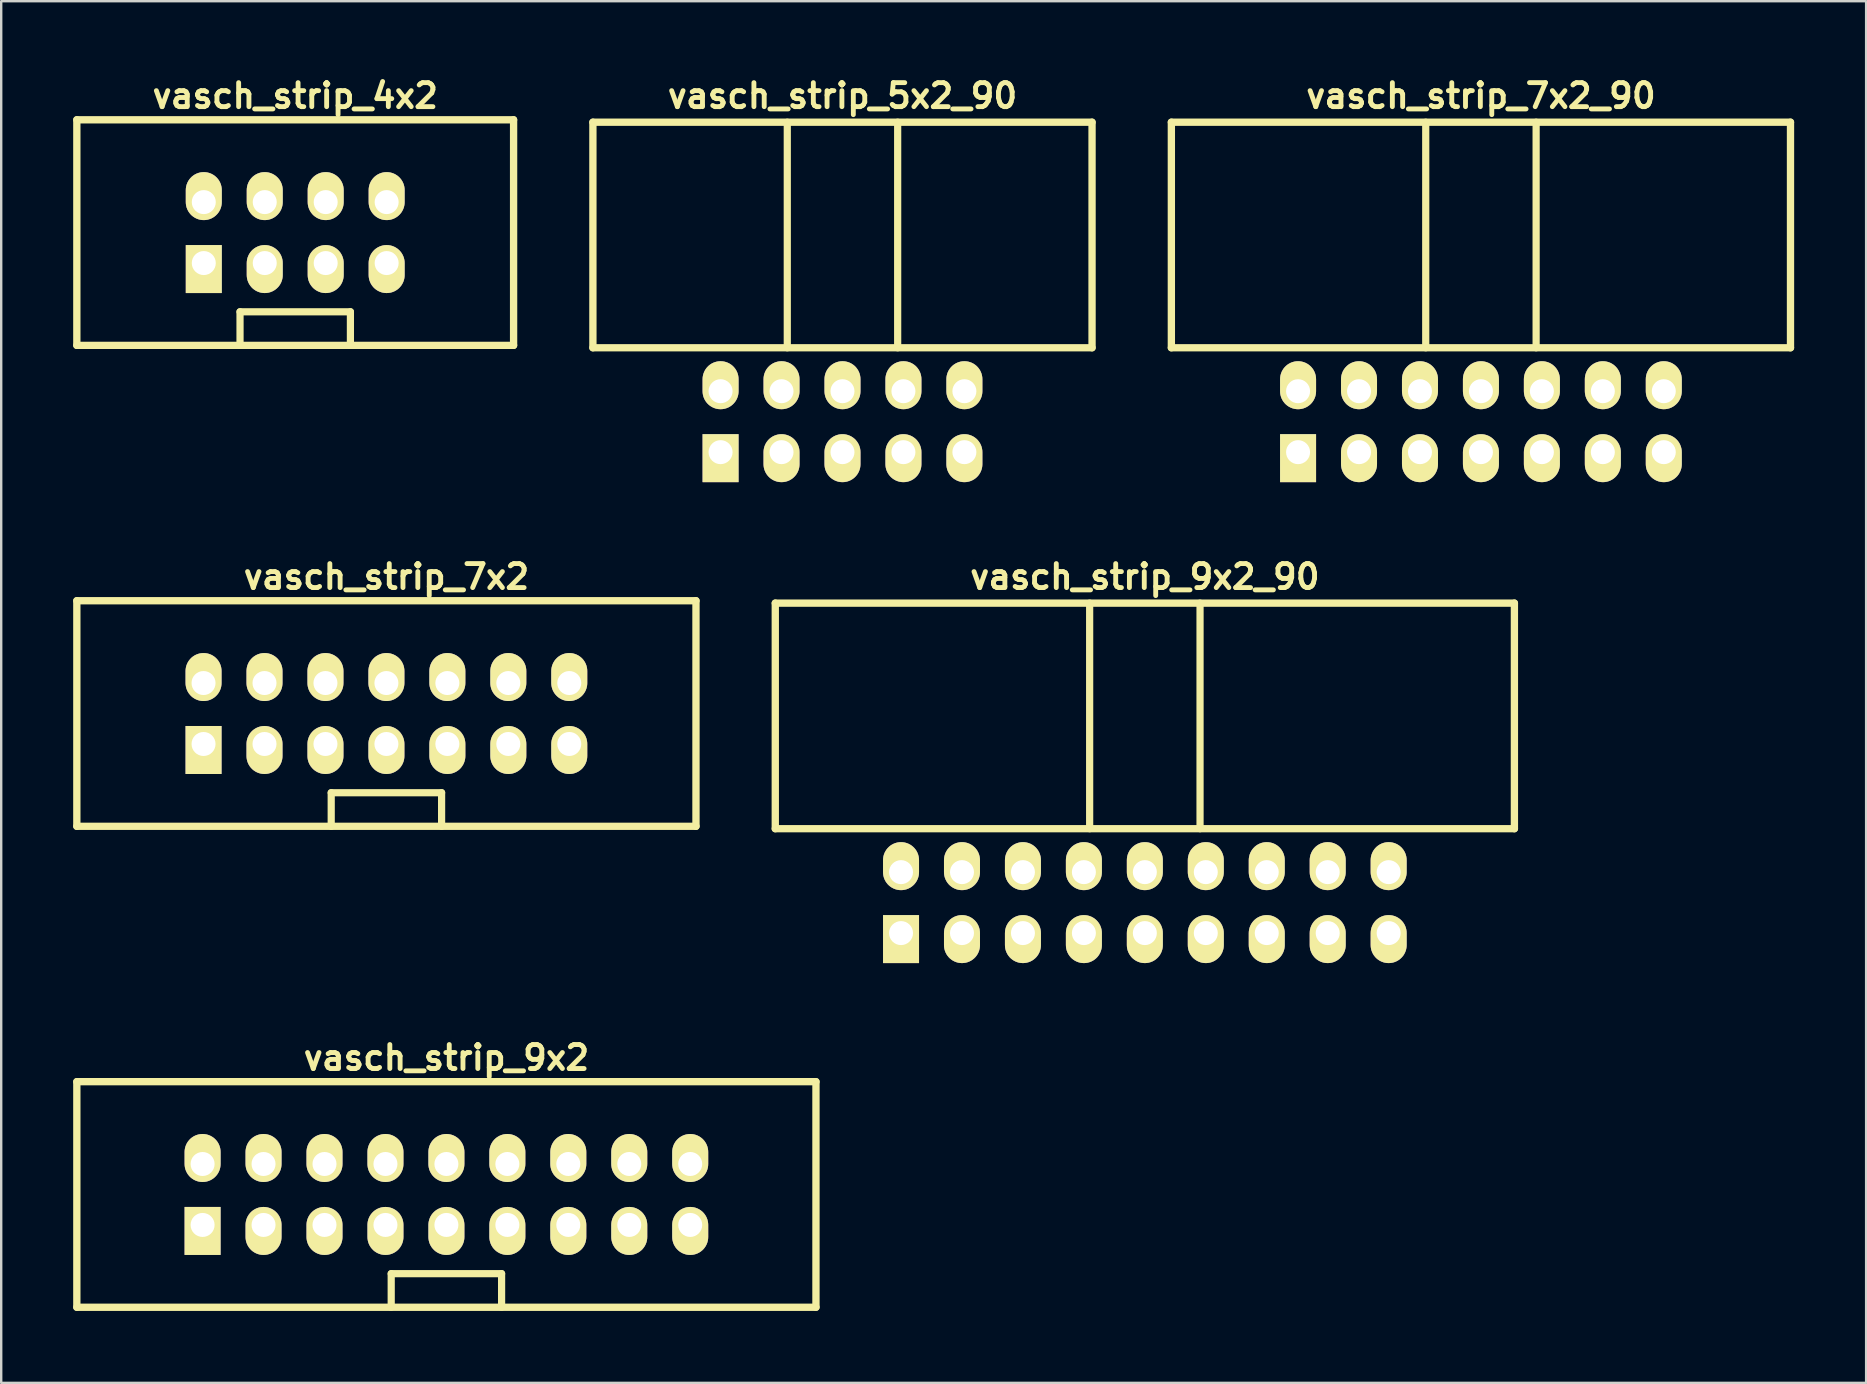
<source format=kicad_pcb>
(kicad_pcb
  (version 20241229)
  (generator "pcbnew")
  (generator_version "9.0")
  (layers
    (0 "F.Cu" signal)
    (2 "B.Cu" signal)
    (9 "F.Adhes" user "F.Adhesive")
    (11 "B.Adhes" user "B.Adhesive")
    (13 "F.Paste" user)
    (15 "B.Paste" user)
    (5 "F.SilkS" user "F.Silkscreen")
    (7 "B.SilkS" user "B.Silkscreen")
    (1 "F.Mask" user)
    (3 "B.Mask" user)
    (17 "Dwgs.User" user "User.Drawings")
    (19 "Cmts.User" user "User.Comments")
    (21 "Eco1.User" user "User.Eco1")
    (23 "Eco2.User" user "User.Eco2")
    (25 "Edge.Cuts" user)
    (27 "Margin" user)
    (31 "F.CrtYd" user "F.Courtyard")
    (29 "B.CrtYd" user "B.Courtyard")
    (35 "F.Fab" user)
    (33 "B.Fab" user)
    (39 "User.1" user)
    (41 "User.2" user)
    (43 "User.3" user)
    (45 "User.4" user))
  (footprint "vasch_strip_9x2_90"
    (layer "F.Cu")
    (at 44.657 29.483)
    (property "Reference" "vasch_strip_9x2_90" (at 0 -8.5 0) (layer "F.SilkS") (effects (font (size 1 1) (thickness 0.203))))
    (attr through_hole)
    (fp_line (start -15.4 -7.4) (end -15.4 2) (stroke (width 0.305) (type solid)) (layer "F.SilkS"))
    (fp_line (start -15.4 2) (end 15.4 2) (stroke (width 0.305) (type solid)) (layer "F.SilkS"))
    (fp_line (start -2.3 -7.4) (end -2.3 2) (stroke (width 0.3) (type solid)) (layer "F.SilkS"))
    (fp_line (start 2.3 -7.4) (end 2.3 2) (stroke (width 0.3) (type solid)) (layer "F.SilkS"))
    (fp_line (start 15.4 -7.4) (end -15.4 -7.4) (stroke (width 0.305) (type solid)) (layer "F.SilkS"))
    (fp_line (start 15.4 -7.4) (end 15.4 2) (stroke (width 0.305) (type solid)) (layer "F.SilkS"))
    (pad "1" thru_hole rect (at -10.16 6.35) (size 1.5 2) (drill 1 (offset 0 0.25)) (layers "*.Cu" "*.Mask" "F.SilkS"))
    (pad "2" thru_hole oval (at -10.16 3.81) (size 1.5 2) (drill 1 (offset 0 -0.25)) (layers "*.Cu" "*.Mask" "F.SilkS"))
    (pad "3" thru_hole oval (at -7.62 6.35) (size 1.5 2) (drill 1 (offset 0 0.25)) (layers "*.Cu" "*.Mask" "F.SilkS"))
    (pad "4" thru_hole oval (at -7.62 3.81) (size 1.5 2) (drill 1 (offset 0 -0.25)) (layers "*.Cu" "*.Mask" "F.SilkS"))
    (pad "5" thru_hole oval (at -5.08 6.35) (size 1.5 2) (drill 1 (offset 0 0.25)) (layers "*.Cu" "*.Mask" "F.SilkS"))
    (pad "6" thru_hole oval (at -5.08 3.81) (size 1.5 2) (drill 1 (offset 0 -0.25)) (layers "*.Cu" "*.Mask" "F.SilkS"))
    (pad "7" thru_hole oval (at -2.54 6.35) (size 1.5 2) (drill 1 (offset 0 0.25)) (layers "*.Cu" "*.Mask" "F.SilkS"))
    (pad "8" thru_hole oval (at -2.54 3.81) (size 1.5 2) (drill 1 (offset 0 -0.25)) (layers "*.Cu" "*.Mask" "F.SilkS"))
    (pad "9" thru_hole oval (at 0 6.35) (size 1.5 2) (drill 1 (offset 0 0.25)) (layers "*.Cu" "*.Mask" "F.SilkS"))
    (pad "10" thru_hole oval (at 0 3.81) (size 1.5 2) (drill 1 (offset 0 -0.25)) (layers "*.Cu" "*.Mask" "F.SilkS"))
    (pad "11" thru_hole oval (at 2.54 6.35) (size 1.5 2) (drill 1 (offset 0 0.25)) (layers "*.Cu" "*.Mask" "F.SilkS"))
    (pad "12" thru_hole oval (at 2.54 3.81) (size 1.5 2) (drill 1 (offset 0 -0.25)) (layers "*.Cu" "*.Mask" "F.SilkS"))
    (pad "13" thru_hole oval (at 5.08 6.35) (size 1.5 2) (drill 1 (offset 0 0.25)) (layers "*.Cu" "*.Mask" "F.SilkS"))
    (pad "14" thru_hole oval (at 5.08 3.81) (size 1.5 2) (drill 1 (offset 0 -0.25)) (layers "*.Cu" "*.Mask" "F.SilkS"))
    (pad "15" thru_hole oval (at 7.62 6.35) (size 1.5 2) (drill 1 (offset 0 0.25)) (layers "*.Cu" "*.Mask" "F.SilkS"))
    (pad "16" thru_hole oval (at 7.62 3.81) (size 1.5 2) (drill 1 (offset 0 -0.25)) (layers "*.Cu" "*.Mask" "F.SilkS"))
    (pad "17" thru_hole oval (at 10.16 6.35) (size 1.5 2) (drill 1 (offset 0 0.25)) (layers "*.Cu" "*.Mask" "F.SilkS"))
    (pad "18" thru_hole oval (at 10.16 3.81) (size 1.5 2) (drill 1 (offset 0 -0.25)) (layers "*.Cu" "*.Mask" "F.SilkS")))
  (footprint "vasch_strip_7x2_90"
    (layer "F.Cu")
    (at 58.662 9.442)
    (property "Reference" "vasch_strip_7x2_90" (at 0 -8.5 0) (layer "F.SilkS") (effects (font (size 1 1) (thickness 0.203))))
    (attr through_hole)
    (fp_line (start -12.9 -7.4) (end -12.9 2) (stroke (width 0.305) (type solid)) (layer "F.SilkS"))
    (fp_line (start -12.9 2) (end 12.9 2) (stroke (width 0.305) (type solid)) (layer "F.SilkS"))
    (fp_line (start -2.3 -7.4) (end -2.3 2) (stroke (width 0.3) (type solid)) (layer "F.SilkS"))
    (fp_line (start 2.3 -7.4) (end 2.3 2) (stroke (width 0.3) (type solid)) (layer "F.SilkS"))
    (fp_line (start 12.9 -7.4) (end -12.9 -7.4) (stroke (width 0.305) (type solid)) (layer "F.SilkS"))
    (fp_line (start 12.9 -7.4) (end 12.9 2) (stroke (width 0.305) (type solid)) (layer "F.SilkS"))
    (pad "1" thru_hole rect (at -7.62 6.35) (size 1.5 2) (drill 1 (offset 0 0.25)) (layers "*.Cu" "*.Mask" "F.SilkS"))
    (pad "2" thru_hole oval (at -7.62 3.81) (size 1.5 2) (drill 1 (offset 0 -0.25)) (layers "*.Cu" "*.Mask" "F.SilkS"))
    (pad "3" thru_hole oval (at -5.08 6.35) (size 1.5 2) (drill 1 (offset 0 0.25)) (layers "*.Cu" "*.Mask" "F.SilkS"))
    (pad "4" thru_hole oval (at -5.08 3.81) (size 1.5 2) (drill 1 (offset 0 -0.25)) (layers "*.Cu" "*.Mask" "F.SilkS"))
    (pad "5" thru_hole oval (at -2.54 6.35) (size 1.5 2) (drill 1 (offset 0 0.25)) (layers "*.Cu" "*.Mask" "F.SilkS"))
    (pad "6" thru_hole oval (at -2.54 3.81) (size 1.5 2) (drill 1 (offset 0 -0.25)) (layers "*.Cu" "*.Mask" "F.SilkS"))
    (pad "7" thru_hole oval (at 0 6.35) (size 1.5 2) (drill 1 (offset 0 0.25)) (layers "*.Cu" "*.Mask" "F.SilkS"))
    (pad "8" thru_hole oval (at 0 3.81) (size 1.5 2) (drill 1 (offset 0 -0.25)) (layers "*.Cu" "*.Mask" "F.SilkS"))
    (pad "9" thru_hole oval (at 2.54 6.35) (size 1.5 2) (drill 1 (offset 0 0.25)) (layers "*.Cu" "*.Mask" "F.SilkS"))
    (pad "10" thru_hole oval (at 2.54 3.81) (size 1.5 2) (drill 1 (offset 0 -0.25)) (layers "*.Cu" "*.Mask" "F.SilkS"))
    (pad "11" thru_hole oval (at 5.08 6.35) (size 1.5 2) (drill 1 (offset 0 0.25)) (layers "*.Cu" "*.Mask" "F.SilkS"))
    (pad "12" thru_hole oval (at 5.08 3.81) (size 1.5 2) (drill 1 (offset 0 -0.25)) (layers "*.Cu" "*.Mask" "F.SilkS"))
    (pad "13" thru_hole oval (at 7.62 6.35) (size 1.5 2) (drill 1 (offset 0 0.25)) (layers "*.Cu" "*.Mask" "F.SilkS"))
    (pad "14" thru_hole oval (at 7.62 3.81) (size 1.5 2) (drill 1 (offset 0 -0.25)) (layers "*.Cu" "*.Mask" "F.SilkS")))
  (footprint "vasch_strip_9x2"
    (layer "F.Cu")
    (at 15.552 46.725)
    (property "Reference" "vasch_strip_9x2" (at 0 -5.7 0) (layer "F.SilkS") (effects (font (size 1 1) (thickness 0.203))))
    (attr through_hole)
    (fp_line (start -15.4 -4.7) (end -15.4 4.7) (stroke (width 0.305) (type solid)) (layer "F.SilkS"))
    (fp_line (start -15.4 4.7) (end 15.4 4.7) (stroke (width 0.305) (type solid)) (layer "F.SilkS"))
    (fp_line (start -2.3 3.3) (end -2.3 4.7) (stroke (width 0.3) (type solid)) (layer "F.SilkS"))
    (fp_line (start 2.3 3.3) (end -2.3 3.3) (stroke (width 0.3) (type solid)) (layer "F.SilkS"))
    (fp_line (start 2.3 4.7) (end 2.3 3.3) (stroke (width 0.3) (type solid)) (layer "F.SilkS"))
    (fp_line (start 15.4 -4.7) (end -15.4 -4.7) (stroke (width 0.305) (type solid)) (layer "F.SilkS"))
    (fp_line (start 15.4 -4.7) (end 15.4 4.7) (stroke (width 0.305) (type solid)) (layer "F.SilkS"))
    (pad "1" thru_hole rect (at -10.16 1.27) (size 1.5 2) (drill 1 (offset 0 0.25)) (layers "*.Cu" "*.Mask" "F.SilkS"))
    (pad "2" thru_hole oval (at -10.16 -1.27) (size 1.5 2) (drill 1 (offset 0 -0.25)) (layers "*.Cu" "*.Mask" "F.SilkS"))
    (pad "3" thru_hole oval (at -7.62 1.27) (size 1.5 2) (drill 1 (offset 0 0.25)) (layers "*.Cu" "*.Mask" "F.SilkS"))
    (pad "4" thru_hole oval (at -7.62 -1.27) (size 1.5 2) (drill 1 (offset 0 -0.25)) (layers "*.Cu" "*.Mask" "F.SilkS"))
    (pad "5" thru_hole oval (at -5.08 1.27) (size 1.5 2) (drill 1 (offset 0 0.25)) (layers "*.Cu" "*.Mask" "F.SilkS"))
    (pad "6" thru_hole oval (at -5.08 -1.27) (size 1.5 2) (drill 1 (offset 0 -0.25)) (layers "*.Cu" "*.Mask" "F.SilkS"))
    (pad "7" thru_hole oval (at -2.54 1.27) (size 1.5 2) (drill 1 (offset 0 0.25)) (layers "*.Cu" "*.Mask" "F.SilkS"))
    (pad "8" thru_hole oval (at -2.54 -1.27) (size 1.5 2) (drill 1 (offset 0 -0.25)) (layers "*.Cu" "*.Mask" "F.SilkS"))
    (pad "9" thru_hole oval (at 0 1.27) (size 1.5 2) (drill 1 (offset 0 0.25)) (layers "*.Cu" "*.Mask" "F.SilkS"))
    (pad "10" thru_hole oval (at 0 -1.27) (size 1.5 2) (drill 1 (offset 0 -0.25)) (layers "*.Cu" "*.Mask" "F.SilkS"))
    (pad "11" thru_hole oval (at 2.54 1.27) (size 1.5 2) (drill 1 (offset 0 0.25)) (layers "*.Cu" "*.Mask" "F.SilkS"))
    (pad "12" thru_hole oval (at 2.54 -1.27) (size 1.5 2) (drill 1 (offset 0 -0.25)) (layers "*.Cu" "*.Mask" "F.SilkS"))
    (pad "13" thru_hole oval (at 5.08 1.27) (size 1.5 2) (drill 1 (offset 0 0.25)) (layers "*.Cu" "*.Mask" "F.SilkS"))
    (pad "14" thru_hole oval (at 5.08 -1.27) (size 1.5 2) (drill 1 (offset 0 -0.25)) (layers "*.Cu" "*.Mask" "F.SilkS"))
    (pad "15" thru_hole oval (at 7.62 1.27) (size 1.5 2) (drill 1 (offset 0 0.25)) (layers "*.Cu" "*.Mask" "F.SilkS"))
    (pad "16" thru_hole oval (at 7.62 -1.27) (size 1.5 2) (drill 1 (offset 0 -0.25)) (layers "*.Cu" "*.Mask" "F.SilkS"))
    (pad "17" thru_hole oval (at 10.16 1.27) (size 1.5 2) (drill 1 (offset 0 0.25)) (layers "*.Cu" "*.Mask" "F.SilkS"))
    (pad "18" thru_hole oval (at 10.16 -1.27) (size 1.5 2) (drill 1 (offset 0 -0.25)) (layers "*.Cu" "*.Mask" "F.SilkS")))
  (footprint "vasch_strip_5x2_90"
    (layer "F.Cu")
    (at 32.057 9.442)
    (property "Reference" "vasch_strip_5x2_90" (at 0 -8.5 0) (layer "F.SilkS") (effects (font (size 1 1) (thickness 0.203))))
    (attr through_hole)
    (fp_line (start -10.4 -7.4) (end -10.4 2) (stroke (width 0.305) (type solid)) (layer "F.SilkS"))
    (fp_line (start -10.4 2) (end 10.4 2) (stroke (width 0.305) (type solid)) (layer "F.SilkS"))
    (fp_line (start -2.3 -7.4) (end -2.3 2) (stroke (width 0.3) (type solid)) (layer "F.SilkS"))
    (fp_line (start 2.3 -7.4) (end 2.3 2) (stroke (width 0.3) (type solid)) (layer "F.SilkS"))
    (fp_line (start 10.4 -7.4) (end -10.4 -7.4) (stroke (width 0.305) (type solid)) (layer "F.SilkS"))
    (fp_line (start 10.4 -7.4) (end 10.4 2) (stroke (width 0.305) (type solid)) (layer "F.SilkS"))
    (pad "1" thru_hole rect (at -5.08 6.35) (size 1.5 2) (drill 1 (offset 0 0.25)) (layers "*.Cu" "*.Mask" "F.SilkS"))
    (pad "2" thru_hole oval (at -5.08 3.81) (size 1.5 2) (drill 1 (offset 0 -0.25)) (layers "*.Cu" "*.Mask" "F.SilkS"))
    (pad "3" thru_hole oval (at -2.54 6.35) (size 1.5 2) (drill 1 (offset 0 0.25)) (layers "*.Cu" "*.Mask" "F.SilkS"))
    (pad "4" thru_hole oval (at -2.54 3.81) (size 1.5 2) (drill 1 (offset 0 -0.25)) (layers "*.Cu" "*.Mask" "F.SilkS"))
    (pad "5" thru_hole oval (at 0 6.35) (size 1.5 2) (drill 1 (offset 0 0.25)) (layers "*.Cu" "*.Mask" "F.SilkS"))
    (pad "6" thru_hole oval (at 0 3.81) (size 1.5 2) (drill 1 (offset 0 -0.25)) (layers "*.Cu" "*.Mask" "F.SilkS"))
    (pad "7" thru_hole oval (at 2.54 6.35) (size 1.5 2) (drill 1 (offset 0 0.25)) (layers "*.Cu" "*.Mask" "F.SilkS"))
    (pad "8" thru_hole oval (at 2.54 3.81) (size 1.5 2) (drill 1 (offset 0 -0.25)) (layers "*.Cu" "*.Mask" "F.SilkS"))
    (pad "9" thru_hole oval (at 5.08 6.35) (size 1.5 2) (drill 1 (offset 0 0.25)) (layers "*.Cu" "*.Mask" "F.SilkS"))
    (pad "10" thru_hole oval (at 5.08 3.81) (size 1.5 2) (drill 1 (offset 0 -0.25)) (layers "*.Cu" "*.Mask" "F.SilkS")))
  (footprint "vasch_strip_4x2"
    (layer "F.Cu")
    (at 9.252 6.642)
    (property "Reference" "vasch_strip_4x2" (at 0 -5.7 0) (layer "F.SilkS") (effects (font (size 1 1) (thickness 0.203))))
    (attr through_hole)
    (fp_line (start -9.1 -4.7) (end -9.1 4.7) (stroke (width 0.305) (type solid)) (layer "F.SilkS"))
    (fp_line (start -9.1 4.7) (end 9.1 4.7) (stroke (width 0.305) (type solid)) (layer "F.SilkS"))
    (fp_line (start -2.3 3.3) (end -2.3 4.7) (stroke (width 0.3) (type solid)) (layer "F.SilkS"))
    (fp_line (start 2.3 3.3) (end -2.3 3.3) (stroke (width 0.3) (type solid)) (layer "F.SilkS"))
    (fp_line (start 2.3 4.7) (end 2.3 3.3) (stroke (width 0.3) (type solid)) (layer "F.SilkS"))
    (fp_line (start 9.1 -4.7) (end -9.1 -4.7) (stroke (width 0.305) (type solid)) (layer "F.SilkS"))
    (fp_line (start 9.1 -4.7) (end 9.1 4.7) (stroke (width 0.305) (type solid)) (layer "F.SilkS"))
    (pad "1" thru_hole rect (at -3.81 1.27) (size 1.5 2) (drill 1 (offset 0 0.25)) (layers "*.Cu" "*.Mask" "F.SilkS"))
    (pad "2" thru_hole oval (at -3.81 -1.27) (size 1.5 2) (drill 1 (offset 0 -0.25)) (layers "*.Cu" "*.Mask" "F.SilkS"))
    (pad "3" thru_hole oval (at -1.27 1.27) (size 1.5 2) (drill 1 (offset 0 0.25)) (layers "*.Cu" "*.Mask" "F.SilkS"))
    (pad "4" thru_hole oval (at -1.27 -1.27) (size 1.5 2) (drill 1 (offset 0 -0.25)) (layers "*.Cu" "*.Mask" "F.SilkS"))
    (pad "5" thru_hole oval (at 1.27 1.27) (size 1.5 2) (drill 1 (offset 0 0.25)) (layers "*.Cu" "*.Mask" "F.SilkS"))
    (pad "6" thru_hole oval (at 1.27 -1.27) (size 1.5 2) (drill 1 (offset 0 -0.25)) (layers "*.Cu" "*.Mask" "F.SilkS"))
    (pad "7" thru_hole oval (at 3.81 1.27) (size 1.5 2) (drill 1 (offset 0 0.25)) (layers "*.Cu" "*.Mask" "F.SilkS"))
    (pad "8" thru_hole oval (at 3.81 -1.27) (size 1.5 2) (drill 1 (offset 0 -0.25)) (layers "*.Cu" "*.Mask" "F.SilkS")))
  (footprint "vasch_strip_7x2"
    (layer "F.Cu")
    (at 13.052 26.683)
    (property "Reference" "vasch_strip_7x2" (at 0 -5.7 0) (layer "F.SilkS") (effects (font (size 1 1) (thickness 0.203))))
    (attr through_hole)
    (fp_line (start -12.9 -4.7) (end -12.9 4.7) (stroke (width 0.305) (type solid)) (layer "F.SilkS"))
    (fp_line (start -12.9 4.7) (end 12.9 4.7) (stroke (width 0.305) (type solid)) (layer "F.SilkS"))
    (fp_line (start -2.3 3.3) (end -2.3 4.7) (stroke (width 0.3) (type solid)) (layer "F.SilkS"))
    (fp_line (start 2.3 3.3) (end -2.3 3.3) (stroke (width 0.3) (type solid)) (layer "F.SilkS"))
    (fp_line (start 2.3 4.7) (end 2.3 3.3) (stroke (width 0.3) (type solid)) (layer "F.SilkS"))
    (fp_line (start 12.9 -4.7) (end -12.9 -4.7) (stroke (width 0.305) (type solid)) (layer "F.SilkS"))
    (fp_line (start 12.9 -4.7) (end 12.9 4.7) (stroke (width 0.305) (type solid)) (layer "F.SilkS"))
    (pad "1" thru_hole rect (at -7.62 1.27) (size 1.5 2) (drill 1 (offset 0 0.25)) (layers "*.Cu" "*.Mask" "F.SilkS"))
    (pad "2" thru_hole oval (at -7.62 -1.27) (size 1.5 2) (drill 1 (offset 0 -0.25)) (layers "*.Cu" "*.Mask" "F.SilkS"))
    (pad "3" thru_hole oval (at -5.08 1.27) (size 1.5 2) (drill 1 (offset 0 0.25)) (layers "*.Cu" "*.Mask" "F.SilkS"))
    (pad "4" thru_hole oval (at -5.08 -1.27) (size 1.5 2) (drill 1 (offset 0 -0.25)) (layers "*.Cu" "*.Mask" "F.SilkS"))
    (pad "5" thru_hole oval (at -2.54 1.27) (size 1.5 2) (drill 1 (offset 0 0.25)) (layers "*.Cu" "*.Mask" "F.SilkS"))
    (pad "6" thru_hole oval (at -2.54 -1.27) (size 1.5 2) (drill 1 (offset 0 -0.25)) (layers "*.Cu" "*.Mask" "F.SilkS"))
    (pad "7" thru_hole oval (at 0 1.27) (size 1.5 2) (drill 1 (offset 0 0.25)) (layers "*.Cu" "*.Mask" "F.SilkS"))
    (pad "8" thru_hole oval (at 0 -1.27) (size 1.5 2) (drill 1 (offset 0 -0.25)) (layers "*.Cu" "*.Mask" "F.SilkS"))
    (pad "9" thru_hole oval (at 2.54 1.27) (size 1.5 2) (drill 1 (offset 0 0.25)) (layers "*.Cu" "*.Mask" "F.SilkS"))
    (pad "10" thru_hole oval (at 2.54 -1.27) (size 1.5 2) (drill 1 (offset 0 -0.25)) (layers "*.Cu" "*.Mask" "F.SilkS"))
    (pad "11" thru_hole oval (at 5.08 1.27) (size 1.5 2) (drill 1 (offset 0 0.25)) (layers "*.Cu" "*.Mask" "F.SilkS"))
    (pad "12" thru_hole oval (at 5.08 -1.27) (size 1.5 2) (drill 1 (offset 0 -0.25)) (layers "*.Cu" "*.Mask" "F.SilkS"))
    (pad "13" thru_hole oval (at 7.62 1.27) (size 1.5 2) (drill 1 (offset 0 0.25)) (layers "*.Cu" "*.Mask" "F.SilkS"))
    (pad "14" thru_hole oval (at 7.62 -1.27) (size 1.5 2) (drill 1 (offset 0 -0.25)) (layers "*.Cu" "*.Mask" "F.SilkS")))
  (gr_rect
    (start -3 -3)
    (end 74.714 54.577)
    (stroke (width 0.1) (type default))
    (fill no)
    (layer "Edge.Cuts")))
</source>
